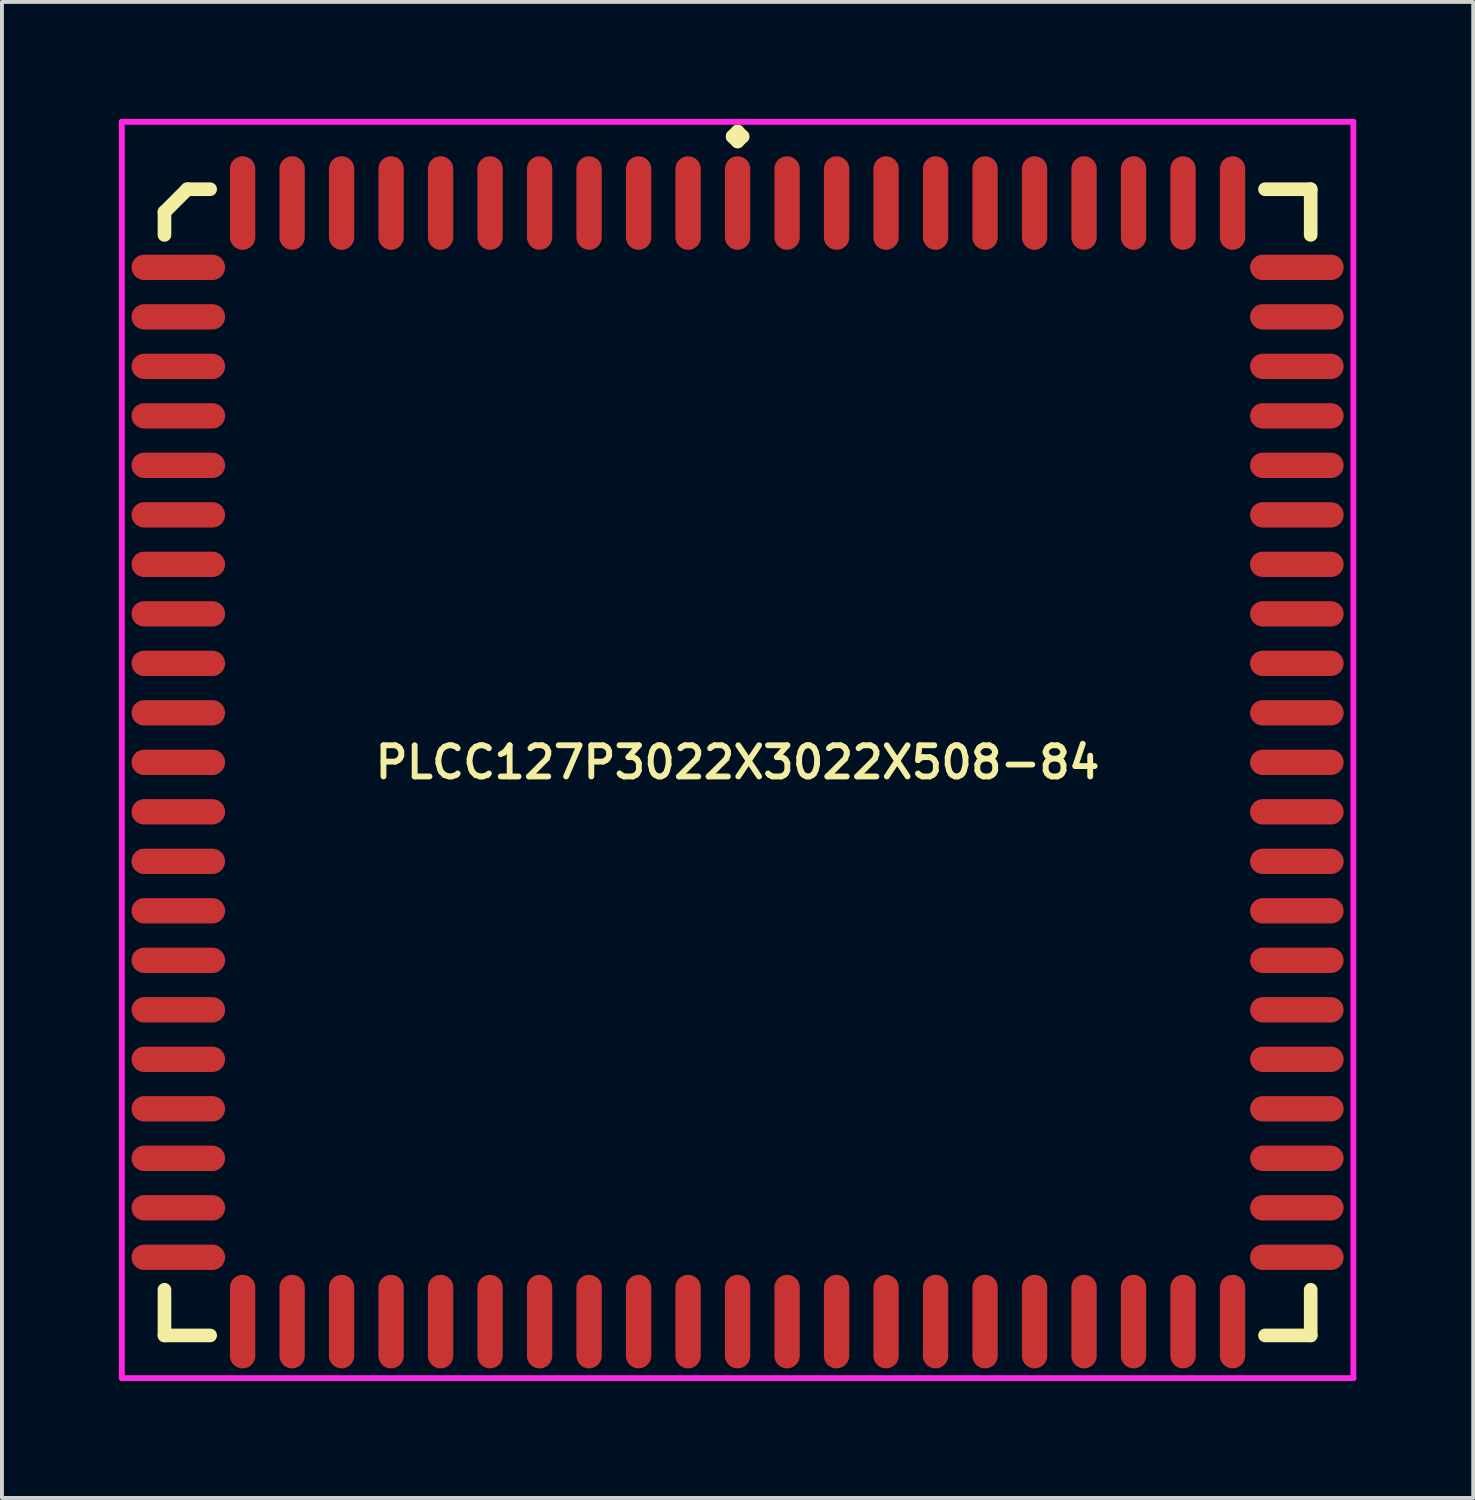
<source format=kicad_pcb>
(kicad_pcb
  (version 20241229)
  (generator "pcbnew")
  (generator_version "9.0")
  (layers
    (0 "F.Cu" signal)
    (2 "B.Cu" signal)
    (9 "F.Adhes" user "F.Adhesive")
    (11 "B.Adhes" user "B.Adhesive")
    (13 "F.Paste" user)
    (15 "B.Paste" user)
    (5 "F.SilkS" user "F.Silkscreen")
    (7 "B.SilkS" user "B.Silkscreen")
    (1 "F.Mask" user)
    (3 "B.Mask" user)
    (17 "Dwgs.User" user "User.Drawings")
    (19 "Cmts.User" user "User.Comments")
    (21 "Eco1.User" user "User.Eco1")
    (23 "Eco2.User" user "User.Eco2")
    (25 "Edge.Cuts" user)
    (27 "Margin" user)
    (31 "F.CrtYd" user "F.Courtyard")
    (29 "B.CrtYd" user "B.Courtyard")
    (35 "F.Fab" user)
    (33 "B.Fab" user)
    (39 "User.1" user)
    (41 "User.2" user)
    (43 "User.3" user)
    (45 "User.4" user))
  (footprint "PLCC127P3022X3022X508-84"
    (layer "F.Cu")
    (at 15.875 16.51)
    (property "Reference" "PLCC127P3022X3022X508-84" (at 0 0 0) (layer "F.SilkS") (effects (font (size 0.8 0.8) (thickness 0.15))))
    (attr smd)
    (fp_line (start -14.705 -14.119) (end -14.119 -14.705) (stroke (width 0.35) (type solid)) (layer "F.SilkS"))
    (fp_line (start -14.705 -13.533) (end -14.705 -14.119) (stroke (width 0.35) (type solid)) (layer "F.SilkS"))
    (fp_line (start -14.705 13.533) (end -14.705 14.705) (stroke (width 0.35) (type solid)) (layer "F.SilkS"))
    (fp_line (start -14.705 14.705) (end -13.533 14.705) (stroke (width 0.35) (type solid)) (layer "F.SilkS"))
    (fp_line (start -14.119 -14.705) (end -13.533 -14.705) (stroke (width 0.35) (type solid)) (layer "F.SilkS"))
    (fp_line (start -0.127 -16.058) (end 0 -16.185) (stroke (width 0.35) (type solid)) (layer "F.SilkS"))
    (fp_line (start 0 -16.185) (end 0.127 -16.058) (stroke (width 0.35) (type solid)) (layer "F.SilkS"))
    (fp_line (start 0 -15.931) (end -0.127 -16.058) (stroke (width 0.35) (type solid)) (layer "F.SilkS"))
    (fp_line (start 0.127 -16.058) (end 0 -15.931) (stroke (width 0.35) (type solid)) (layer "F.SilkS"))
    (fp_line (start 14.705 -14.705) (end 13.533 -14.705) (stroke (width 0.35) (type solid)) (layer "F.SilkS"))
    (fp_line (start 14.705 -13.533) (end 14.705 -14.705) (stroke (width 0.35) (type solid)) (layer "F.SilkS"))
    (fp_line (start 14.705 13.533) (end 14.705 14.705) (stroke (width 0.35) (type solid)) (layer "F.SilkS"))
    (fp_line (start 14.705 14.705) (end 13.533 14.705) (stroke (width 0.35) (type solid)) (layer "F.SilkS"))
    (fp_line (start -15.8 -16.435) (end 15.8 -16.435) (stroke (width 0.15) (type solid)) (layer "F.CrtYd"))
    (fp_line (start -15.8 15.8) (end -15.8 -16.435) (stroke (width 0.15) (type solid)) (layer "F.CrtYd"))
    (fp_line (start 15.8 -16.435) (end 15.8 15.8) (stroke (width 0.15) (type solid)) (layer "F.CrtYd"))
    (fp_line (start 15.8 15.8) (end -15.8 15.8) (stroke (width 0.15) (type solid)) (layer "F.CrtYd"))
    (pad "1" smd oval (at 0 -14.35) (size 0.65 2.4) (layers "F.Cu" "F.Mask" "F.Paste"))
    (pad "2" smd oval (at -1.27 -14.35) (size 0.65 2.4) (layers "F.Cu" "F.Mask" "F.Paste"))
    (pad "3" smd oval (at -2.54 -14.35) (size 0.65 2.4) (layers "F.Cu" "F.Mask" "F.Paste"))
    (pad "4" smd oval (at -3.81 -14.35) (size 0.65 2.4) (layers "F.Cu" "F.Mask" "F.Paste"))
    (pad "5" smd oval (at -5.08 -14.35) (size 0.65 2.4) (layers "F.Cu" "F.Mask" "F.Paste"))
    (pad "6" smd oval (at -6.35 -14.35) (size 0.65 2.4) (layers "F.Cu" "F.Mask" "F.Paste"))
    (pad "7" smd oval (at -7.62 -14.35) (size 0.65 2.4) (layers "F.Cu" "F.Mask" "F.Paste"))
    (pad "8" smd oval (at -8.89 -14.35) (size 0.65 2.4) (layers "F.Cu" "F.Mask" "F.Paste"))
    (pad "9" smd oval (at -10.16 -14.35) (size 0.65 2.4) (layers "F.Cu" "F.Mask" "F.Paste"))
    (pad "10" smd oval (at -11.43 -14.35) (size 0.65 2.4) (layers "F.Cu" "F.Mask" "F.Paste"))
    (pad "11" smd oval (at -12.7 -14.35) (size 0.65 2.4) (layers "F.Cu" "F.Mask" "F.Paste"))
    (pad "12" smd oval (at -14.35 -12.7) (size 2.4 0.65) (layers "F.Cu" "F.Mask" "F.Paste"))
    (pad "13" smd oval (at -14.35 -11.43) (size 2.4 0.65) (layers "F.Cu" "F.Mask" "F.Paste"))
    (pad "14" smd oval (at -14.35 -10.16) (size 2.4 0.65) (layers "F.Cu" "F.Mask" "F.Paste"))
    (pad "15" smd oval (at -14.35 -8.89) (size 2.4 0.65) (layers "F.Cu" "F.Mask" "F.Paste"))
    (pad "16" smd oval (at -14.35 -7.62) (size 2.4 0.65) (layers "F.Cu" "F.Mask" "F.Paste"))
    (pad "17" smd oval (at -14.35 -6.35) (size 2.4 0.65) (layers "F.Cu" "F.Mask" "F.Paste"))
    (pad "18" smd oval (at -14.35 -5.08) (size 2.4 0.65) (layers "F.Cu" "F.Mask" "F.Paste"))
    (pad "19" smd oval (at -14.35 -3.81) (size 2.4 0.65) (layers "F.Cu" "F.Mask" "F.Paste"))
    (pad "20" smd oval (at -14.35 -2.54) (size 2.4 0.65) (layers "F.Cu" "F.Mask" "F.Paste"))
    (pad "21" smd oval (at -14.35 -1.27) (size 2.4 0.65) (layers "F.Cu" "F.Mask" "F.Paste"))
    (pad "22" smd oval (at -14.35 0) (size 2.4 0.65) (layers "F.Cu" "F.Mask" "F.Paste"))
    (pad "23" smd oval (at -14.35 1.27) (size 2.4 0.65) (layers "F.Cu" "F.Mask" "F.Paste"))
    (pad "24" smd oval (at -14.35 2.54) (size 2.4 0.65) (layers "F.Cu" "F.Mask" "F.Paste"))
    (pad "25" smd oval (at -14.35 3.81) (size 2.4 0.65) (layers "F.Cu" "F.Mask" "F.Paste"))
    (pad "26" smd oval (at -14.35 5.08) (size 2.4 0.65) (layers "F.Cu" "F.Mask" "F.Paste"))
    (pad "27" smd oval (at -14.35 6.35) (size 2.4 0.65) (layers "F.Cu" "F.Mask" "F.Paste"))
    (pad "28" smd oval (at -14.35 7.62) (size 2.4 0.65) (layers "F.Cu" "F.Mask" "F.Paste"))
    (pad "29" smd oval (at -14.35 8.89) (size 2.4 0.65) (layers "F.Cu" "F.Mask" "F.Paste"))
    (pad "30" smd oval (at -14.35 10.16) (size 2.4 0.65) (layers "F.Cu" "F.Mask" "F.Paste"))
    (pad "31" smd oval (at -14.35 11.43) (size 2.4 0.65) (layers "F.Cu" "F.Mask" "F.Paste"))
    (pad "32" smd oval (at -14.35 12.7) (size 2.4 0.65) (layers "F.Cu" "F.Mask" "F.Paste"))
    (pad "33" smd oval (at -12.7 14.35) (size 0.65 2.4) (layers "F.Cu" "F.Mask" "F.Paste"))
    (pad "34" smd oval (at -11.43 14.35) (size 0.65 2.4) (layers "F.Cu" "F.Mask" "F.Paste"))
    (pad "35" smd oval (at -10.16 14.35) (size 0.65 2.4) (layers "F.Cu" "F.Mask" "F.Paste"))
    (pad "36" smd oval (at -8.89 14.35) (size 0.65 2.4) (layers "F.Cu" "F.Mask" "F.Paste"))
    (pad "37" smd oval (at -7.62 14.35) (size 0.65 2.4) (layers "F.Cu" "F.Mask" "F.Paste"))
    (pad "38" smd oval (at -6.35 14.35) (size 0.65 2.4) (layers "F.Cu" "F.Mask" "F.Paste"))
    (pad "39" smd oval (at -5.08 14.35) (size 0.65 2.4) (layers "F.Cu" "F.Mask" "F.Paste"))
    (pad "40" smd oval (at -3.81 14.35) (size 0.65 2.4) (layers "F.Cu" "F.Mask" "F.Paste"))
    (pad "41" smd oval (at -2.54 14.35) (size 0.65 2.4) (layers "F.Cu" "F.Mask" "F.Paste"))
    (pad "42" smd oval (at -1.27 14.35) (size 0.65 2.4) (layers "F.Cu" "F.Mask" "F.Paste"))
    (pad "43" smd oval (at 0 14.35) (size 0.65 2.4) (layers "F.Cu" "F.Mask" "F.Paste"))
    (pad "44" smd oval (at 1.27 14.35) (size 0.65 2.4) (layers "F.Cu" "F.Mask" "F.Paste"))
    (pad "45" smd oval (at 2.54 14.35) (size 0.65 2.4) (layers "F.Cu" "F.Mask" "F.Paste"))
    (pad "46" smd oval (at 3.81 14.35) (size 0.65 2.4) (layers "F.Cu" "F.Mask" "F.Paste"))
    (pad "47" smd oval (at 5.08 14.35) (size 0.65 2.4) (layers "F.Cu" "F.Mask" "F.Paste"))
    (pad "48" smd oval (at 6.35 14.35) (size 0.65 2.4) (layers "F.Cu" "F.Mask" "F.Paste"))
    (pad "49" smd oval (at 7.62 14.35) (size 0.65 2.4) (layers "F.Cu" "F.Mask" "F.Paste"))
    (pad "50" smd oval (at 8.89 14.35) (size 0.65 2.4) (layers "F.Cu" "F.Mask" "F.Paste"))
    (pad "51" smd oval (at 10.16 14.35) (size 0.65 2.4) (layers "F.Cu" "F.Mask" "F.Paste"))
    (pad "52" smd oval (at 11.43 14.35) (size 0.65 2.4) (layers "F.Cu" "F.Mask" "F.Paste"))
    (pad "53" smd oval (at 12.7 14.35) (size 0.65 2.4) (layers "F.Cu" "F.Mask" "F.Paste"))
    (pad "54" smd oval (at 14.35 12.7) (size 2.4 0.65) (layers "F.Cu" "F.Mask" "F.Paste"))
    (pad "55" smd oval (at 14.35 11.43) (size 2.4 0.65) (layers "F.Cu" "F.Mask" "F.Paste"))
    (pad "56" smd oval (at 14.35 10.16) (size 2.4 0.65) (layers "F.Cu" "F.Mask" "F.Paste"))
    (pad "57" smd oval (at 14.35 8.89) (size 2.4 0.65) (layers "F.Cu" "F.Mask" "F.Paste"))
    (pad "58" smd oval (at 14.35 7.62) (size 2.4 0.65) (layers "F.Cu" "F.Mask" "F.Paste"))
    (pad "59" smd oval (at 14.35 6.35) (size 2.4 0.65) (layers "F.Cu" "F.Mask" "F.Paste"))
    (pad "60" smd oval (at 14.35 5.08) (size 2.4 0.65) (layers "F.Cu" "F.Mask" "F.Paste"))
    (pad "61" smd oval (at 14.35 3.81) (size 2.4 0.65) (layers "F.Cu" "F.Mask" "F.Paste"))
    (pad "62" smd oval (at 14.35 2.54) (size 2.4 0.65) (layers "F.Cu" "F.Mask" "F.Paste"))
    (pad "63" smd oval (at 14.35 1.27) (size 2.4 0.65) (layers "F.Cu" "F.Mask" "F.Paste"))
    (pad "64" smd oval (at 14.35 0) (size 2.4 0.65) (layers "F.Cu" "F.Mask" "F.Paste"))
    (pad "65" smd oval (at 14.35 -1.27) (size 2.4 0.65) (layers "F.Cu" "F.Mask" "F.Paste"))
    (pad "66" smd oval (at 14.35 -2.54) (size 2.4 0.65) (layers "F.Cu" "F.Mask" "F.Paste"))
    (pad "67" smd oval (at 14.35 -3.81) (size 2.4 0.65) (layers "F.Cu" "F.Mask" "F.Paste"))
    (pad "68" smd oval (at 14.35 -5.08) (size 2.4 0.65) (layers "F.Cu" "F.Mask" "F.Paste"))
    (pad "69" smd oval (at 14.35 -6.35) (size 2.4 0.65) (layers "F.Cu" "F.Mask" "F.Paste"))
    (pad "70" smd oval (at 14.35 -7.62) (size 2.4 0.65) (layers "F.Cu" "F.Mask" "F.Paste"))
    (pad "71" smd oval (at 14.35 -8.89) (size 2.4 0.65) (layers "F.Cu" "F.Mask" "F.Paste"))
    (pad "72" smd oval (at 14.35 -10.16) (size 2.4 0.65) (layers "F.Cu" "F.Mask" "F.Paste"))
    (pad "73" smd oval (at 14.35 -11.43) (size 2.4 0.65) (layers "F.Cu" "F.Mask" "F.Paste"))
    (pad "74" smd oval (at 14.35 -12.7) (size 2.4 0.65) (layers "F.Cu" "F.Mask" "F.Paste"))
    (pad "75" smd oval (at 12.7 -14.35) (size 0.65 2.4) (layers "F.Cu" "F.Mask" "F.Paste"))
    (pad "76" smd oval (at 11.43 -14.35) (size 0.65 2.4) (layers "F.Cu" "F.Mask" "F.Paste"))
    (pad "77" smd oval (at 10.16 -14.35) (size 0.65 2.4) (layers "F.Cu" "F.Mask" "F.Paste"))
    (pad "78" smd oval (at 8.89 -14.35) (size 0.65 2.4) (layers "F.Cu" "F.Mask" "F.Paste"))
    (pad "79" smd oval (at 7.62 -14.35) (size 0.65 2.4) (layers "F.Cu" "F.Mask" "F.Paste"))
    (pad "80" smd oval (at 6.35 -14.35) (size 0.65 2.4) (layers "F.Cu" "F.Mask" "F.Paste"))
    (pad "81" smd oval (at 5.08 -14.35) (size 0.65 2.4) (layers "F.Cu" "F.Mask" "F.Paste"))
    (pad "82" smd oval (at 3.81 -14.35) (size 0.65 2.4) (layers "F.Cu" "F.Mask" "F.Paste"))
    (pad "83" smd oval (at 2.54 -14.35) (size 0.65 2.4) (layers "F.Cu" "F.Mask" "F.Paste"))
    (pad "84" smd oval (at 1.27 -14.35) (size 0.65 2.4) (layers "F.Cu" "F.Mask" "F.Paste")))
  (gr_rect
    (start -3 -3)
    (end 34.75 35.385)
    (stroke (width 0.1) (type default))
    (fill no)
    (layer "Edge.Cuts")))
</source>
